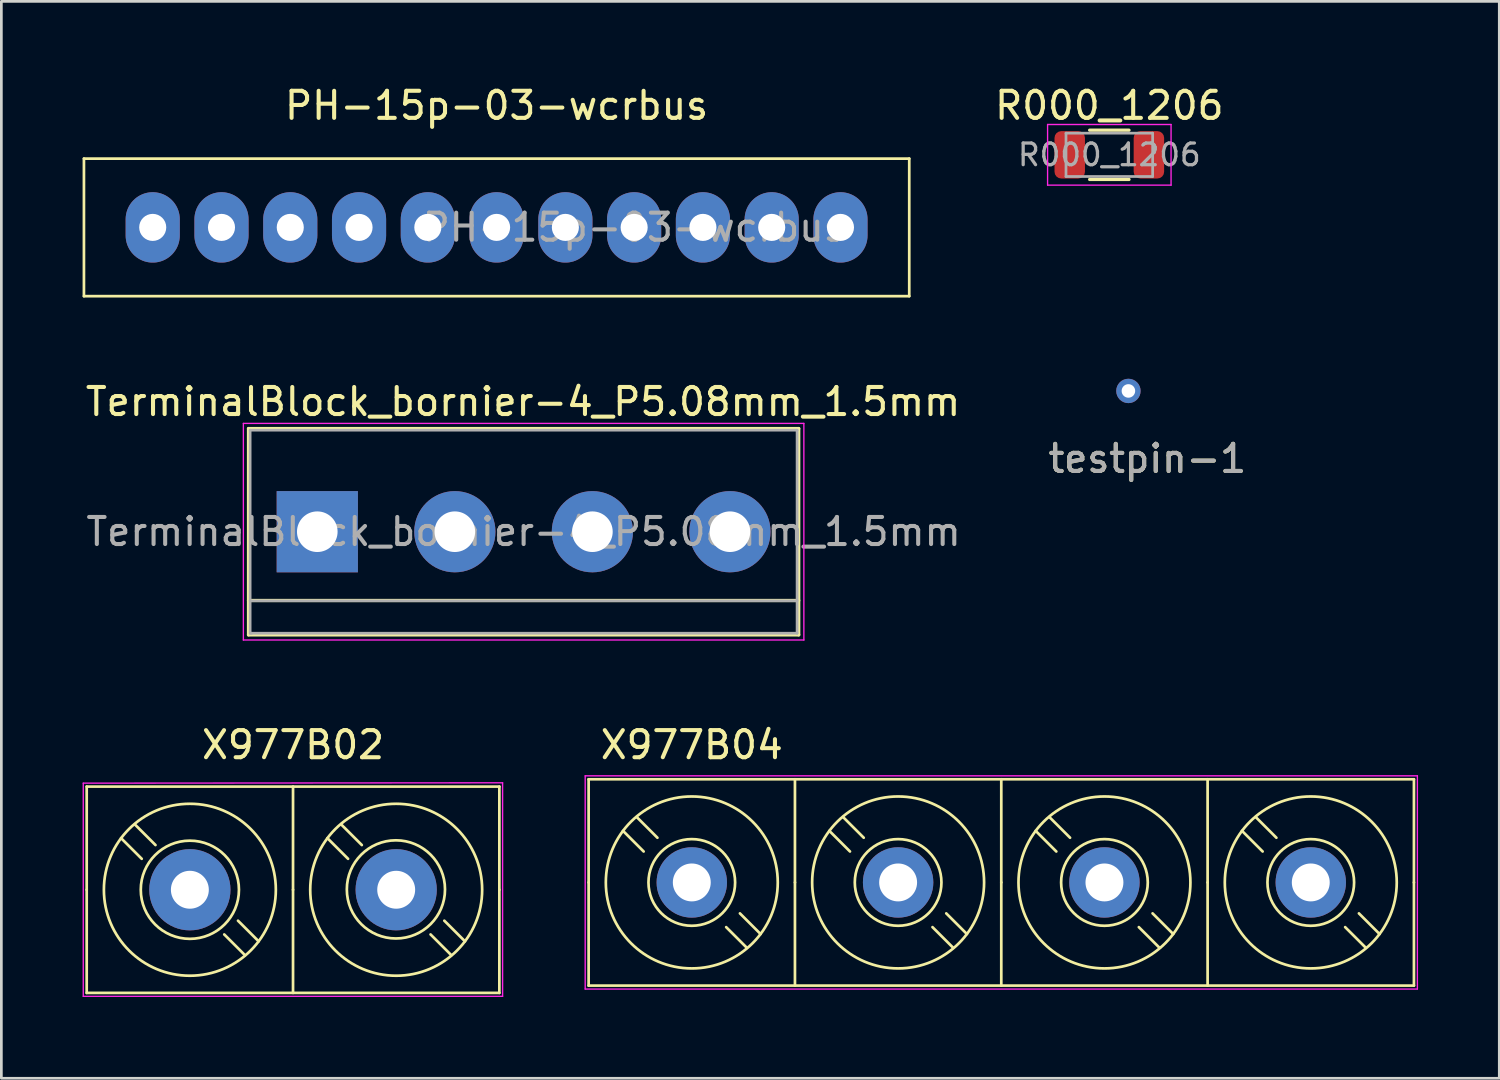
<source format=kicad_pcb>
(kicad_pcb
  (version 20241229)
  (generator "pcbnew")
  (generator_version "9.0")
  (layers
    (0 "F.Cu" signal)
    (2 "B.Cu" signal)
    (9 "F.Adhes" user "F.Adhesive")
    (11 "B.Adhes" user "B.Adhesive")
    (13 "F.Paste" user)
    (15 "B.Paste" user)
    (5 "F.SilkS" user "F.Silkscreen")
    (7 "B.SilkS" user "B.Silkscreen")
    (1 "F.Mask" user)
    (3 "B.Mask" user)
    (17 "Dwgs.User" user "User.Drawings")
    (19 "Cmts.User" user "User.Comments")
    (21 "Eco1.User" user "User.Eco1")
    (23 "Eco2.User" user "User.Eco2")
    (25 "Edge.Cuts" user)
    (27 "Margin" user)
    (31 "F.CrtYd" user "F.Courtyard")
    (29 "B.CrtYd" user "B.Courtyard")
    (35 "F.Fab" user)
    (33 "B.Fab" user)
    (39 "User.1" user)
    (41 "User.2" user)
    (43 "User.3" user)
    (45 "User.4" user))
  (footprint "X977B04"
    (layer "F.Cu")
    (at 22.499 29.54)
    (property "Reference" "X977B04" (at 0 -5.08 0) (layer "F.SilkS") (effects (font (size 1 1) (thickness 0.15))))
    (attr through_hole)
    (fp_line (start -3.81 -3.81) (end 26.67 -3.81) (stroke (width 0.1) (type default)) (layer "F.SilkS"))
    (fp_line (start -3.81 0) (end -3.81 -3.81) (stroke (width 0.1) (type default)) (layer "F.SilkS"))
    (fp_line (start -3.81 3.81) (end -3.81 0) (stroke (width 0.1) (type default)) (layer "F.SilkS"))
    (fp_line (start -3.81 3.81) (end 26.67 3.81) (stroke (width 0.1) (type default)) (layer "F.SilkS"))
    (fp_line (start -2.54 -1.905) (end -1.778 -1.143) (stroke (width 0.1) (type default)) (layer "F.SilkS"))
    (fp_line (start -2.032 -2.413) (end -1.27 -1.651) (stroke (width 0.1) (type default)) (layer "F.SilkS"))
    (fp_line (start 1.27 1.651) (end 2.032 2.413) (stroke (width 0.1) (type default)) (layer "F.SilkS"))
    (fp_line (start 1.778 1.143) (end 2.54 1.905) (stroke (width 0.1) (type default)) (layer "F.SilkS"))
    (fp_line (start 3.81 0) (end 3.81 -3.81) (stroke (width 0.1) (type default)) (layer "F.SilkS"))
    (fp_line (start 3.81 3.81) (end 3.81 0) (stroke (width 0.1) (type default)) (layer "F.SilkS"))
    (fp_line (start 5.08 -1.905) (end 5.842 -1.143) (stroke (width 0.1) (type default)) (layer "F.SilkS"))
    (fp_line (start 5.588 -2.413) (end 6.35 -1.651) (stroke (width 0.1) (type default)) (layer "F.SilkS"))
    (fp_line (start 8.89 1.651) (end 9.652 2.413) (stroke (width 0.1) (type default)) (layer "F.SilkS"))
    (fp_line (start 9.398 1.143) (end 10.16 1.905) (stroke (width 0.1) (type default)) (layer "F.SilkS"))
    (fp_line (start 11.43 0) (end 11.43 -3.81) (stroke (width 0.1) (type default)) (layer "F.SilkS"))
    (fp_line (start 11.43 3.81) (end 11.43 0) (stroke (width 0.1) (type default)) (layer "F.SilkS"))
    (fp_line (start 12.7 -1.905) (end 13.462 -1.143) (stroke (width 0.1) (type default)) (layer "F.SilkS"))
    (fp_line (start 13.208 -2.413) (end 13.97 -1.651) (stroke (width 0.1) (type default)) (layer "F.SilkS"))
    (fp_line (start 16.51 1.651) (end 17.272 2.413) (stroke (width 0.1) (type default)) (layer "F.SilkS"))
    (fp_line (start 17.018 1.143) (end 17.78 1.905) (stroke (width 0.1) (type default)) (layer "F.SilkS"))
    (fp_line (start 19.05 0) (end 19.05 -3.81) (stroke (width 0.1) (type default)) (layer "F.SilkS"))
    (fp_line (start 19.05 3.81) (end 19.05 0) (stroke (width 0.1) (type default)) (layer "F.SilkS"))
    (fp_line (start 20.32 -1.905) (end 21.082 -1.143) (stroke (width 0.1) (type default)) (layer "F.SilkS"))
    (fp_line (start 20.828 -2.413) (end 21.59 -1.651) (stroke (width 0.1) (type default)) (layer "F.SilkS"))
    (fp_line (start 24.13 1.651) (end 24.892 2.413) (stroke (width 0.1) (type default)) (layer "F.SilkS"))
    (fp_line (start 24.638 1.143) (end 25.4 1.905) (stroke (width 0.1) (type default)) (layer "F.SilkS"))
    (fp_line (start 26.67 0) (end 26.67 -3.81) (stroke (width 0.1) (type default)) (layer "F.SilkS"))
    (fp_line (start 26.67 3.81) (end 26.67 0) (stroke (width 0.1) (type default)) (layer "F.SilkS"))
    (fp_circle (center 0 0) (end 1.6 0) (stroke (width 0.1) (type default)) (fill no) (layer "F.SilkS"))
    (fp_circle (center 0 0) (end 1.905 2.54) (stroke (width 0.1) (type default)) (fill no) (layer "F.SilkS"))
    (fp_circle (center 7.62 0) (end 9.22 0) (stroke (width 0.1) (type default)) (fill no) (layer "F.SilkS"))
    (fp_circle (center 7.62 0) (end 9.525 2.54) (stroke (width 0.1) (type default)) (fill no) (layer "F.SilkS"))
    (fp_circle (center 15.24 0) (end 16.84 0) (stroke (width 0.1) (type default)) (fill no) (layer "F.SilkS"))
    (fp_circle (center 15.24 0) (end 17.145 2.54) (stroke (width 0.1) (type default)) (fill no) (layer "F.SilkS"))
    (fp_circle (center 22.86 0) (end 24.46 0) (stroke (width 0.1) (type default)) (fill no) (layer "F.SilkS"))
    (fp_circle (center 22.86 0) (end 24.765 2.54) (stroke (width 0.1) (type default)) (fill no) (layer "F.SilkS"))
    (fp_line (start -3.937 -3.937) (end 26.797 -3.937) (stroke (width 0.05) (type default)) (layer "F.CrtYd"))
    (fp_line (start -3.937 3.937) (end -3.937 -3.937) (stroke (width 0.05) (type default)) (layer "F.CrtYd"))
    (fp_line (start 26.797 -3.937) (end 26.797 3.937) (stroke (width 0.05) (type default)) (layer "F.CrtYd"))
    (fp_line (start 26.797 3.937) (end -3.937 3.937) (stroke (width 0.05) (type default)) (layer "F.CrtYd"))
    (pad "1" thru_hole circle (at 0 0) (size 2.6 2.6) (drill 1.4) (layers "*.Cu" "*.Mask"))
    (pad "2" thru_hole circle (at 7.62 0) (size 2.6 2.6) (drill 1.4) (layers "*.Cu" "*.Mask"))
    (pad "3" thru_hole circle (at 15.24 0) (size 2.6 2.6) (drill 1.4) (layers "*.Cu" "*.Mask"))
    (pad "4" thru_hole circle (at 22.86 0) (size 2.6 2.6) (drill 1.4) (layers "*.Cu" "*.Mask")))
  (footprint "R000_1206"
    (layer "F.Cu")
    (at 37.919 2.668)
    (property "Reference" "R000_1206" (at 0 -1.82 0) (layer "F.SilkS") (effects (font (size 1 1) (thickness 0.15))))
    (attr smd)
    (fp_line (start -0.727 -0.91) (end 0.727 -0.91) (stroke (width 0.12) (type solid)) (layer "F.SilkS"))
    (fp_line (start -0.727 0.91) (end 0.727 0.91) (stroke (width 0.12) (type solid)) (layer "F.SilkS"))
    (fp_line (start -2.28 -1.12) (end 2.28 -1.12) (stroke (width 0.05) (type solid)) (layer "F.CrtYd"))
    (fp_line (start -2.28 1.12) (end -2.28 -1.12) (stroke (width 0.05) (type solid)) (layer "F.CrtYd"))
    (fp_line (start 2.28 -1.12) (end 2.28 1.12) (stroke (width 0.05) (type solid)) (layer "F.CrtYd"))
    (fp_line (start 2.28 1.12) (end -2.28 1.12) (stroke (width 0.05) (type solid)) (layer "F.CrtYd"))
    (fp_line (start -1.6 -0.8) (end 1.6 -0.8) (stroke (width 0.1) (type solid)) (layer "F.Fab"))
    (fp_line (start -1.6 0.8) (end -1.6 -0.8) (stroke (width 0.1) (type solid)) (layer "F.Fab"))
    (fp_line (start 1.6 -0.8) (end 1.6 0.8) (stroke (width 0.1) (type solid)) (layer "F.Fab"))
    (fp_line (start 1.6 0.8) (end -1.6 0.8) (stroke (width 0.1) (type solid)) (layer "F.Fab"))
    (fp_text user "${REFERENCE}" (at 0 0 0) (layer "F.Fab") (effects (font (size 0.8 0.8) (thickness 0.12))))
    (pad "1" smd roundrect (at -1.462 0) (size 1.125 1.75) (layers "F.Cu" "F.Mask" "F.Paste") (roundrect_rratio 0.222))
    (pad "1" smd roundrect (at 1.462 0) (size 1.125 1.75) (layers "F.Cu" "F.Mask" "F.Paste") (roundrect_rratio 0.222)))
  (footprint "testpin-1"
    (layer "F.Cu")
    (at 38.624 11.388)
    (property "Reference" "testpin-1" (at 0.7 2.5 0) (layer "F.SilkS") (effects (font (size 1 1) (thickness 0.15))))
    (attr through_hole)
    (fp_text user "${REFERENCE}" (at 0.7 2.5 0) (layer "F.Fab") (effects (font (size 1 1) (thickness 0.15))))
    (pad "1" thru_hole circle (at 0 0) (size 0.9 0.9) (drill 0.5) (layers "*.Cu" "*.Mask")))
  (footprint "PH-15p-03-wcrbus"
    (layer "F.Cu")
    (at 15.29 5.348)
    (property "Reference" "PH-15p-03-wcrbus" (at 0 -4.5 0) (layer "F.SilkS") (effects (font (size 1 1) (thickness 0.15))))
    (attr through_hole)
    (fp_line (start -15.24 -2.54) (end 15.24 -2.54) (stroke (width 0.1) (type default)) (layer "F.SilkS"))
    (fp_line (start -15.24 2.54) (end -15.24 -2.54) (stroke (width 0.1) (type default)) (layer "F.SilkS"))
    (fp_line (start 15.24 -2.54) (end 15.24 2.54) (stroke (width 0.1) (type default)) (layer "F.SilkS"))
    (fp_line (start 15.24 2.54) (end -15.24 2.54) (stroke (width 0.1) (type default)) (layer "F.SilkS"))
    (fp_text user "${REFERENCE}" (at 5.08 0 180) (layer "F.Fab") (effects (font (size 1 1) (thickness 0.15))))
    (pad "1" thru_hole oval (at -12.7 0 90) (size 2.6 2) (drill 1) (layers "*.Cu" "*.Mask"))
    (pad "2" thru_hole oval (at -10.16 0 90) (size 2.6 2) (drill 1) (layers "*.Cu" "*.Mask"))
    (pad "3" thru_hole oval (at -7.62 0 90) (size 2.6 2) (drill 1) (layers "*.Cu" "*.Mask"))
    (pad "6" thru_hole oval (at -5.08 0 90) (size 2.6 2) (drill 1) (layers "*.Cu" "*.Mask"))
    (pad "7" thru_hole oval (at -2.54 0 90) (size 2.6 2) (drill 1) (layers "*.Cu" "*.Mask"))
    (pad "8" thru_hole oval (at 0 0 90) (size 2.6 2) (drill 1) (layers "*.Cu" "*.Mask"))
    (pad "9" thru_hole oval (at 2.54 0 90) (size 2.6 2) (drill 1) (layers "*.Cu" "*.Mask"))
    (pad "10" thru_hole oval (at 5.08 0 90) (size 2.6 2) (drill 1) (layers "*.Cu" "*.Mask"))
    (pad "11" thru_hole oval (at 7.62 0 90) (size 2.6 2) (drill 1) (layers "*.Cu" "*.Mask"))
    (pad "12" thru_hole oval (at 10.16 0 90) (size 2.6 2) (drill 1) (layers "*.Cu" "*.Mask"))
    (pad "14" thru_hole oval (at 12.7 0 90) (size 2.6 2) (drill 1) (layers "*.Cu" "*.Mask")))
  (footprint "TerminalBlock_bornier-4_P5.08mm_1.5mm"
    (layer "F.Cu")
    (at 8.668 16.587)
    (property "Reference" "TerminalBlock_bornier-4_P5.08mm_1.5mm" (at 7.6 -4.8 0) (layer "F.SilkS") (effects (font (size 1 1) (thickness 0.15))))
    (attr through_hole)
    (fp_line (start -2.54 -3.81) (end -2.54 3.81) (stroke (width 0.12) (type solid)) (layer "F.SilkS"))
    (fp_line (start -2.54 -3.81) (end 17.78 -3.81) (stroke (width 0.12) (type solid)) (layer "F.SilkS"))
    (fp_line (start -2.54 3.81) (end 17.78 3.81) (stroke (width 0.12) (type solid)) (layer "F.SilkS"))
    (fp_line (start 17.78 2.54) (end -2.54 2.54) (stroke (width 0.12) (type solid)) (layer "F.SilkS"))
    (fp_line (start 17.78 3.81) (end 17.78 -3.81) (stroke (width 0.12) (type solid)) (layer "F.SilkS"))
    (fp_line (start -2.73 -4) (end -2.73 4) (stroke (width 0.05) (type solid)) (layer "F.CrtYd"))
    (fp_line (start -2.73 -4) (end 17.97 -4) (stroke (width 0.05) (type solid)) (layer "F.CrtYd"))
    (fp_line (start 17.97 4) (end -2.73 4) (stroke (width 0.05) (type solid)) (layer "F.CrtYd"))
    (fp_line (start 17.97 4) (end 17.97 -4) (stroke (width 0.05) (type solid)) (layer "F.CrtYd"))
    (fp_line (start -2.48 -3.75) (end 17.72 -3.75) (stroke (width 0.1) (type solid)) (layer "F.Fab"))
    (fp_line (start -2.48 2.55) (end 17.72 2.55) (stroke (width 0.1) (type solid)) (layer "F.Fab"))
    (fp_line (start -2.48 3.75) (end -2.48 -3.75) (stroke (width 0.1) (type solid)) (layer "F.Fab"))
    (fp_line (start -2.43 3.75) (end -2.48 3.75) (stroke (width 0.1) (type solid)) (layer "F.Fab"))
    (fp_line (start 17.72 -3.75) (end 17.72 3.75) (stroke (width 0.1) (type solid)) (layer "F.Fab"))
    (fp_line (start 17.72 3.75) (end -2.43 3.75) (stroke (width 0.1) (type solid)) (layer "F.Fab"))
    (fp_text user "${REFERENCE}" (at 7.62 0 0) (layer "F.Fab") (effects (font (size 1 1) (thickness 0.15))))
    (pad "1" thru_hole rect (at 0 0) (size 3 3) (drill 1.5) (layers "*.Cu" "*.Mask"))
    (pad "2" thru_hole circle (at 5.08 0) (size 3 3) (drill 1.5) (layers "*.Cu" "*.Mask"))
    (pad "3" thru_hole circle (at 10.16 0) (size 3 3) (drill 1.5) (layers "*.Cu" "*.Mask"))
    (pad "4" thru_hole circle (at 15.24 0) (size 3 3) (drill 1.5) (layers "*.Cu" "*.Mask")))
  (footprint "X977B02"
    (layer "F.Cu")
    (at 7.772 29.81)
    (property "Reference" "X977B02" (at 0 -5.35 0) (layer "F.SilkS") (effects (font (size 1 1) (thickness 0.15))))
    (attr through_hole)
    (fp_line (start -7.62 -3.81) (end 7.62 -3.81) (stroke (width 0.1) (type default)) (layer "F.SilkS"))
    (fp_line (start -7.62 0) (end -7.62 -3.81) (stroke (width 0.1) (type default)) (layer "F.SilkS"))
    (fp_line (start -7.62 3.81) (end -7.62 0) (stroke (width 0.1) (type default)) (layer "F.SilkS"))
    (fp_line (start -7.62 3.81) (end 7.62 3.81) (stroke (width 0.1) (type default)) (layer "F.SilkS"))
    (fp_line (start -6.35 -1.905) (end -5.588 -1.143) (stroke (width 0.1) (type default)) (layer "F.SilkS"))
    (fp_line (start -5.842 -2.413) (end -5.08 -1.651) (stroke (width 0.1) (type default)) (layer "F.SilkS"))
    (fp_line (start -2.54 1.651) (end -1.778 2.413) (stroke (width 0.1) (type default)) (layer "F.SilkS"))
    (fp_line (start -2.032 1.143) (end -1.27 1.905) (stroke (width 0.1) (type default)) (layer "F.SilkS"))
    (fp_line (start 0 0) (end 0 -3.81) (stroke (width 0.1) (type default)) (layer "F.SilkS"))
    (fp_line (start 0 3.81) (end 0 0) (stroke (width 0.1) (type default)) (layer "F.SilkS"))
    (fp_line (start 1.27 -1.905) (end 2.032 -1.143) (stroke (width 0.1) (type default)) (layer "F.SilkS"))
    (fp_line (start 1.778 -2.413) (end 2.54 -1.651) (stroke (width 0.1) (type default)) (layer "F.SilkS"))
    (fp_line (start 5.08 1.651) (end 5.842 2.413) (stroke (width 0.1) (type default)) (layer "F.SilkS"))
    (fp_line (start 5.588 1.143) (end 6.35 1.905) (stroke (width 0.1) (type default)) (layer "F.SilkS"))
    (fp_line (start 7.62 0) (end 7.62 -3.81) (stroke (width 0.1) (type default)) (layer "F.SilkS"))
    (fp_line (start 7.62 3.81) (end 7.62 0) (stroke (width 0.1) (type default)) (layer "F.SilkS"))
    (fp_circle (center -3.81 0) (end -2 0.1) (stroke (width 0.1) (type default)) (fill no) (layer "F.SilkS"))
    (fp_circle (center -3.81 0) (end -1.905 2.54) (stroke (width 0.1) (type default)) (fill no) (layer "F.SilkS"))
    (fp_circle (center 3.8 -0.013) (end 5.61 0.087) (stroke (width 0.1) (type default)) (fill no) (layer "F.SilkS"))
    (fp_circle (center 3.81 0) (end 5.715 2.54) (stroke (width 0.1) (type default)) (fill no) (layer "F.SilkS"))
    (fp_line (start -7.747 -3.937) (end 7.74 -3.95) (stroke (width 0.05) (type default)) (layer "F.CrtYd"))
    (fp_line (start -7.747 3.937) (end -7.747 -3.937) (stroke (width 0.05) (type default)) (layer "F.CrtYd"))
    (fp_line (start 7.74 -3.95) (end 7.74 3.937) (stroke (width 0.05) (type default)) (layer "F.CrtYd"))
    (fp_line (start 7.74 3.937) (end -7.747 3.937) (stroke (width 0.05) (type default)) (layer "F.CrtYd"))
    (pad "1" thru_hole circle (at -3.81 0) (size 3 3) (drill 1.4) (layers "*.Cu" "*.Mask"))
    (pad "2" thru_hole circle (at 3.81 0) (size 3 3) (drill 1.4) (layers "*.Cu" "*.Mask")))
  (gr_rect
    (start -3 -3)
    (end 52.321 36.772)
    (stroke (width 0.1) (type default))
    (fill no)
    (layer "Edge.Cuts")))
</source>
